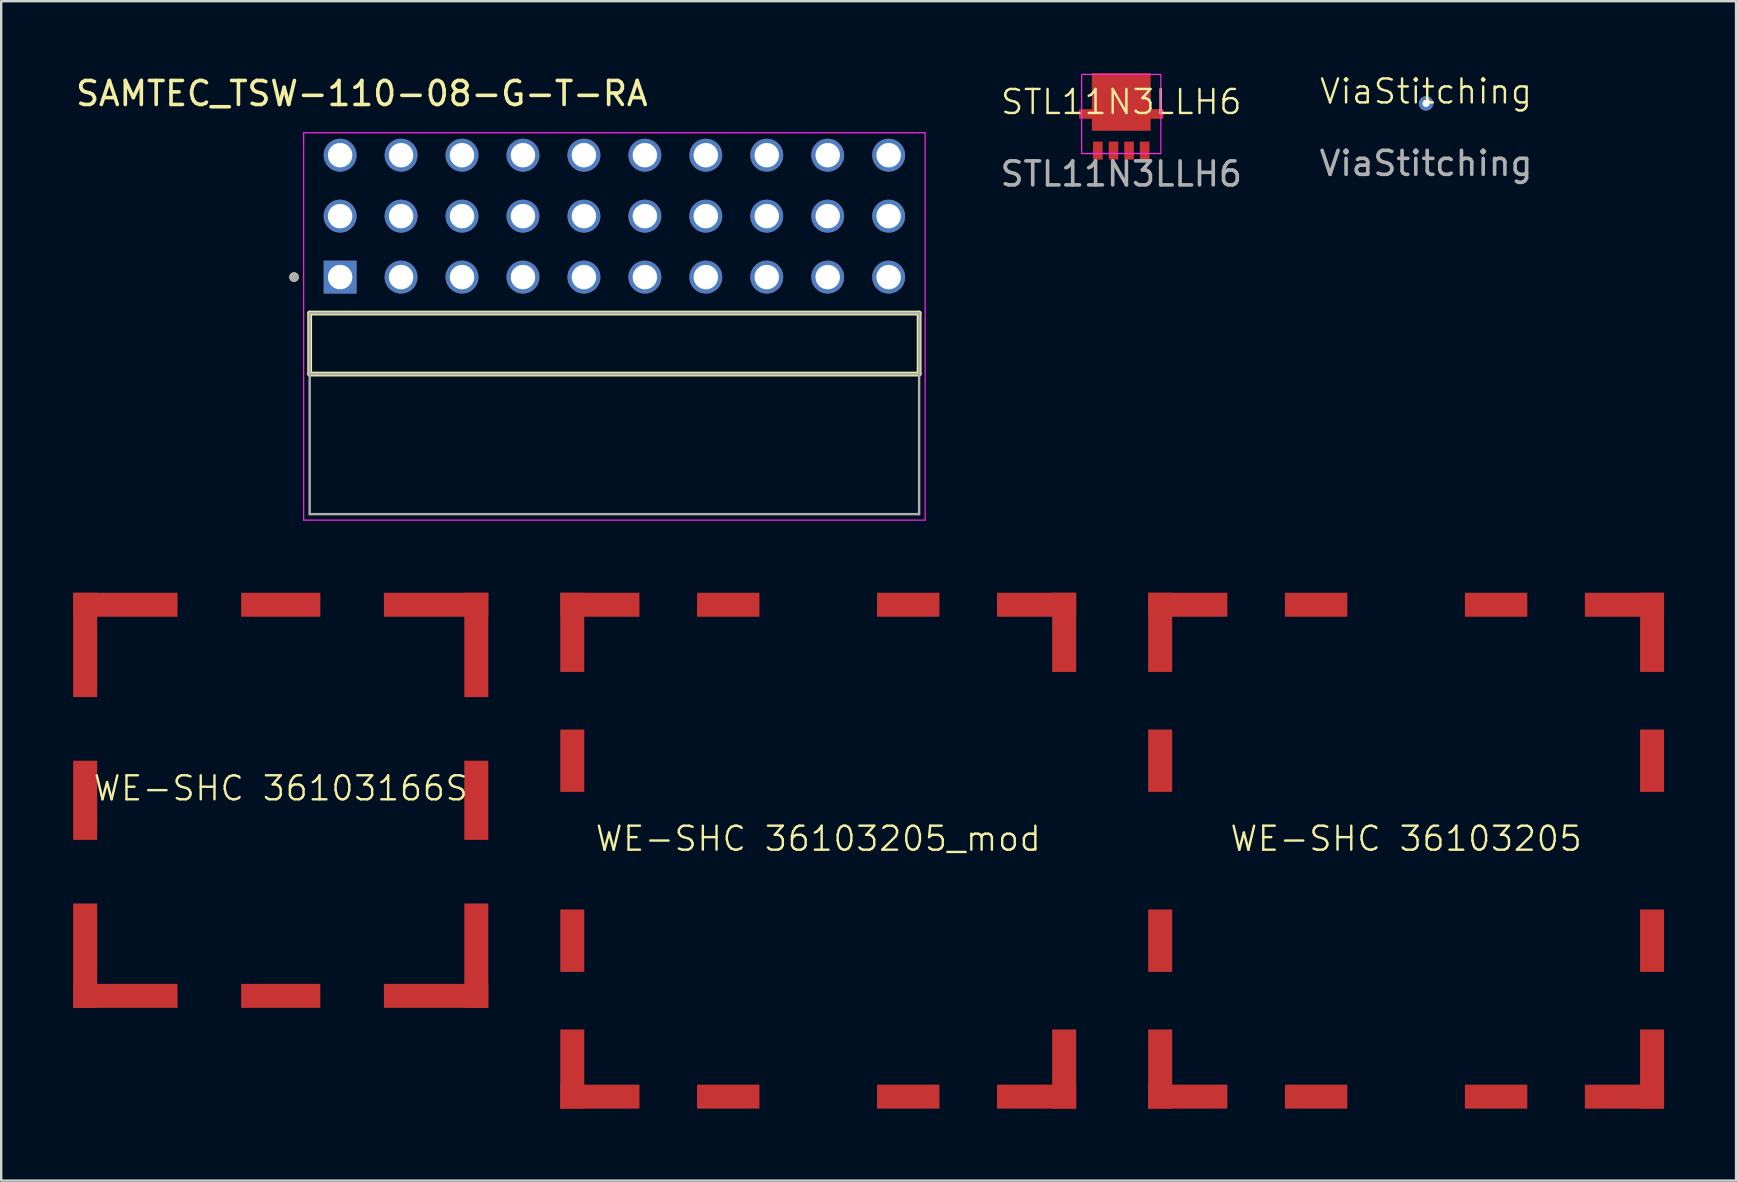
<source format=kicad_pcb>
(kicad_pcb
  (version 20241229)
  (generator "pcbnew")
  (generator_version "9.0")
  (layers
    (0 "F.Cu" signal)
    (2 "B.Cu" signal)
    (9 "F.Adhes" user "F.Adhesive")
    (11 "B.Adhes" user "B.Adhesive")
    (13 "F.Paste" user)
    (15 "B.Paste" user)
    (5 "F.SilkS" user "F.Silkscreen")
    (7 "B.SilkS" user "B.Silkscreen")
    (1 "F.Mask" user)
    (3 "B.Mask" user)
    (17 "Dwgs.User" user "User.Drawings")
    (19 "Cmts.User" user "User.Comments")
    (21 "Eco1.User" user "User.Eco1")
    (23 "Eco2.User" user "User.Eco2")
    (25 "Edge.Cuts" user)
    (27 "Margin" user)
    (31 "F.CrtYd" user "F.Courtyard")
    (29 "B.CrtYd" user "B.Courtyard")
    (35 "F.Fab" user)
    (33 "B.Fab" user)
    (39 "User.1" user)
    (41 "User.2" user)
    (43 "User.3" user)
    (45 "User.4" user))
  (footprint "ViaStitching"
    (layer "F.Cu")
    (at 56.381 1.26)
    (property "Reference" "ViaStitching" (at 0 -0.5 0) (unlocked yes) (layer "F.SilkS") (effects (font (size 1 1) (thickness 0.1))))
    (attr through_hole)
    (fp_text user "${REFERENCE}" (at 0 2.5 0) (unlocked yes) (layer "F.Fab") (effects (font (size 1 1) (thickness 0.15))))
    (pad "1" thru_hole circle (at 0 0) (size 0.6 0.6) (drill 0.3) (layers "*.Cu")))
  (footprint "WE-SHC 36103205_mod"
    (layer "F.Cu")
    (at 31.05 32.403)
    (property "Reference" "WE-SHC 36103205_mod" (at 0 -0.5 0) (unlocked yes) (layer "F.SilkS") (effects (font (size 1 1) (thickness 0.1))))
    (attr smd)
    (pad "1" smd rect (at -10.25 -9.1 90) (size 3.3 1) (layers "F.Cu" "F.Mask" "F.Paste"))
    (pad "1" smd rect (at -10.25 -3.75) (size 1 2.6) (layers "F.Cu" "F.Mask" "F.Paste"))
    (pad "1" smd rect (at -10.25 3.75) (size 1 2.6) (layers "F.Cu" "F.Mask" "F.Paste"))
    (pad "1" smd rect (at -10.25 9.1 90) (size 3.3 1) (layers "F.Cu" "F.Mask" "F.Paste"))
    (pad "1" smd rect (at -9.1 -10.25) (size 3.3 1) (layers "F.Cu" "F.Mask" "F.Paste"))
    (pad "1" smd rect (at -9.1 10.25) (size 3.3 1) (layers "F.Cu" "F.Mask" "F.Paste"))
    (pad "1" smd rect (at -3.75 -10.25) (size 2.6 1) (layers "F.Cu" "F.Mask" "F.Paste"))
    (pad "1" smd rect (at -3.75 10.25) (size 2.6 1) (layers "F.Cu" "F.Mask" "F.Paste"))
    (pad "1" smd rect (at 3.75 -10.25) (size 2.6 1) (layers "F.Cu" "F.Mask" "F.Paste"))
    (pad "1" smd rect (at 3.75 10.25) (size 2.6 1) (layers "F.Cu" "F.Mask" "F.Paste"))
    (pad "1" smd rect (at 9.1 -10.25) (size 3.3 1) (layers "F.Cu" "F.Mask" "F.Paste"))
    (pad "1" smd rect (at 9.1 10.25) (size 3.3 1) (layers "F.Cu" "F.Mask" "F.Paste"))
    (pad "1" smd rect (at 10.25 -9.1 90) (size 3.3 1) (layers "F.Cu" "F.Mask" "F.Paste"))
    (pad "1" smd rect (at 10.25 9.1 90) (size 3.3 1) (layers "F.Cu" "F.Mask" "F.Paste")))
  (footprint "SAMTEC_TSW-110-08-G-T-RA"
    (layer "F.Cu")
    (at 22.555 11.268)
    (property "Reference" "SAMTEC_TSW-110-08-G-T-RA" (at -10.525 -10.42 0) (layer "F.SilkS") (effects (font (size 1 1) (thickness 0.15))))
    (attr through_hole)
    (fp_line (start -12.7 1.27) (end -12.7 -1.27) (stroke (width 0.2) (type solid)) (layer "F.SilkS"))
    (fp_line (start 12.7 -1.27) (end -12.7 -1.27) (stroke (width 0.2) (type solid)) (layer "F.SilkS"))
    (fp_line (start 12.7 -1.27) (end 12.7 1.27) (stroke (width 0.2) (type solid)) (layer "F.SilkS"))
    (fp_line (start 12.7 1.27) (end -12.7 1.27) (stroke (width 0.2) (type solid)) (layer "F.SilkS"))
    (fp_circle (center -13.35 -2.77) (end -13.25 -2.77) (stroke (width 0.2) (type solid)) (fill no) (layer "F.SilkS"))
    (fp_line (start -12.95 -8.785) (end 12.95 -8.785) (stroke (width 0.05) (type solid)) (layer "F.CrtYd"))
    (fp_line (start -12.95 7.36) (end -12.95 -8.785) (stroke (width 0.05) (type solid)) (layer "F.CrtYd"))
    (fp_line (start 12.95 -8.785) (end 12.95 7.36) (stroke (width 0.05) (type solid)) (layer "F.CrtYd"))
    (fp_line (start 12.95 7.36) (end -12.95 7.36) (stroke (width 0.05) (type solid)) (layer "F.CrtYd"))
    (fp_line (start -12.7 -1.27) (end 12.7 -1.27) (stroke (width 0.1) (type solid)) (layer "F.Fab"))
    (fp_line (start -12.7 1.27) (end -12.7 -1.27) (stroke (width 0.1) (type solid)) (layer "F.Fab"))
    (fp_line (start -12.7 1.27) (end -12.7 7.11) (stroke (width 0.1) (type solid)) (layer "F.Fab"))
    (fp_line (start -12.7 7.11) (end 12.7 7.11) (stroke (width 0.1) (type solid)) (layer "F.Fab"))
    (fp_line (start 12.7 -1.27) (end 12.7 1.27) (stroke (width 0.1) (type solid)) (layer "F.Fab"))
    (fp_line (start 12.7 1.27) (end -12.7 1.27) (stroke (width 0.1) (type solid)) (layer "F.Fab"))
    (fp_line (start 12.7 7.11) (end 12.7 1.27) (stroke (width 0.1) (type solid)) (layer "F.Fab"))
    (fp_circle (center -13.35 -2.77) (end -13.25 -2.77) (stroke (width 0.2) (type solid)) (fill no) (layer "F.Fab"))
    (pad "01" thru_hole rect (at -11.43 -2.77) (size 1.37 1.37) (drill 1.02) (layers "*.Cu" "*.Mask"))
    (pad "02" thru_hole circle (at -11.43 -5.31) (size 1.37 1.37) (drill 1.02) (layers "*.Cu" "*.Mask"))
    (pad "03" thru_hole circle (at -11.43 -7.85) (size 1.37 1.37) (drill 1.02) (layers "*.Cu" "*.Mask"))
    (pad "04" thru_hole circle (at -8.89 -2.77) (size 1.37 1.37) (drill 1.02) (layers "*.Cu" "*.Mask"))
    (pad "05" thru_hole circle (at -8.89 -5.31) (size 1.37 1.37) (drill 1.02) (layers "*.Cu" "*.Mask"))
    (pad "06" thru_hole circle (at -8.89 -7.85) (size 1.37 1.37) (drill 1.02) (layers "*.Cu" "*.Mask"))
    (pad "07" thru_hole circle (at -6.35 -2.77) (size 1.37 1.37) (drill 1.02) (layers "*.Cu" "*.Mask"))
    (pad "08" thru_hole circle (at -6.35 -5.31) (size 1.37 1.37) (drill 1.02) (layers "*.Cu" "*.Mask"))
    (pad "09" thru_hole circle (at -6.35 -7.85) (size 1.37 1.37) (drill 1.02) (layers "*.Cu" "*.Mask"))
    (pad "10" thru_hole circle (at -3.81 -2.77) (size 1.37 1.37) (drill 1.02) (layers "*.Cu" "*.Mask"))
    (pad "11" thru_hole circle (at -3.81 -5.31) (size 1.37 1.37) (drill 1.02) (layers "*.Cu" "*.Mask"))
    (pad "12" thru_hole circle (at -3.81 -7.85) (size 1.37 1.37) (drill 1.02) (layers "*.Cu" "*.Mask"))
    (pad "13" thru_hole circle (at -1.27 -2.77) (size 1.37 1.37) (drill 1.02) (layers "*.Cu" "*.Mask"))
    (pad "14" thru_hole circle (at -1.27 -5.31) (size 1.37 1.37) (drill 1.02) (layers "*.Cu" "*.Mask"))
    (pad "15" thru_hole circle (at -1.27 -7.85) (size 1.37 1.37) (drill 1.02) (layers "*.Cu" "*.Mask"))
    (pad "16" thru_hole circle (at 1.27 -2.77) (size 1.37 1.37) (drill 1.02) (layers "*.Cu" "*.Mask"))
    (pad "17" thru_hole circle (at 1.27 -5.31) (size 1.37 1.37) (drill 1.02) (layers "*.Cu" "*.Mask"))
    (pad "18" thru_hole circle (at 1.27 -7.85) (size 1.37 1.37) (drill 1.02) (layers "*.Cu" "*.Mask"))
    (pad "19" thru_hole circle (at 3.81 -2.77) (size 1.37 1.37) (drill 1.02) (layers "*.Cu" "*.Mask"))
    (pad "20" thru_hole circle (at 3.81 -5.31) (size 1.37 1.37) (drill 1.02) (layers "*.Cu" "*.Mask"))
    (pad "21" thru_hole circle (at 3.81 -7.85) (size 1.37 1.37) (drill 1.02) (layers "*.Cu" "*.Mask"))
    (pad "22" thru_hole circle (at 6.35 -2.77) (size 1.37 1.37) (drill 1.02) (layers "*.Cu" "*.Mask"))
    (pad "23" thru_hole circle (at 6.35 -5.31) (size 1.37 1.37) (drill 1.02) (layers "*.Cu" "*.Mask"))
    (pad "24" thru_hole circle (at 6.35 -7.85) (size 1.37 1.37) (drill 1.02) (layers "*.Cu" "*.Mask"))
    (pad "25" thru_hole circle (at 8.89 -2.77) (size 1.37 1.37) (drill 1.02) (layers "*.Cu" "*.Mask"))
    (pad "26" thru_hole circle (at 8.89 -5.31) (size 1.37 1.37) (drill 1.02) (layers "*.Cu" "*.Mask"))
    (pad "27" thru_hole circle (at 8.89 -7.85) (size 1.37 1.37) (drill 1.02) (layers "*.Cu" "*.Mask"))
    (pad "28" thru_hole circle (at 11.43 -2.77) (size 1.37 1.37) (drill 1.02) (layers "*.Cu" "*.Mask"))
    (pad "29" thru_hole circle (at 11.43 -5.31) (size 1.37 1.37) (drill 1.02) (layers "*.Cu" "*.Mask"))
    (pad "30" thru_hole circle (at 11.43 -7.85) (size 1.37 1.37) (drill 1.02) (layers "*.Cu" "*.Mask")))
  (footprint "STL11N3LLH6"
    (layer "F.Cu")
    (at 43.679 1.7)
    (property "Reference" "STL11N3LLH6" (at 0 -0.5 0) (unlocked yes) (layer "F.SilkS") (effects (font (size 1 1) (thickness 0.1))))
    (attr smd)
    (fp_rect (start -1.65 -1.65) (end 1.65 1.65) (stroke (width 0.05) (type default)) (fill no) (layer "F.CrtYd"))
    (fp_text user "${REFERENCE}" (at 0 2.5 0) (unlocked yes) (layer "F.Fab") (effects (font (size 1 1) (thickness 0.15))))
    (pad "1" smd rect (at 0.975 1.525) (size 0.4 0.75) (layers "F.Cu" "F.Mask" "F.Paste"))
    (pad "2" smd rect (at 0 -0.5) (size 2.45 2.4) (layers "F.Cu" "F.Mask" "F.Paste"))
    (pad "2" smd rect (at 0 0) (size 3.51 0.4) (layers "F.Cu" "F.Mask" "F.Paste"))
    (pad "3" smd rect (at -0.975 1.525) (size 0.4 0.75) (layers "F.Cu" "F.Mask" "F.Paste"))
    (pad "3" smd rect (at -0.325 1.525) (size 0.4 0.75) (layers "F.Cu" "F.Mask" "F.Paste"))
    (pad "3" smd rect (at 0.325 1.525) (size 0.4 0.75) (layers "F.Cu" "F.Mask" "F.Paste")))
  (footprint "WE-SHC 36103205"
    (layer "F.Cu")
    (at 55.55 32.403)
    (property "Reference" "WE-SHC 36103205" (at 0 -0.5 0) (unlocked yes) (layer "F.SilkS") (effects (font (size 1 1) (thickness 0.1))))
    (attr smd)
    (pad "1" smd rect (at -10.25 -9.1 90) (size 3.3 1) (layers "F.Cu" "F.Mask" "F.Paste"))
    (pad "1" smd rect (at -10.25 -3.75) (size 1 2.6) (layers "F.Cu" "F.Mask" "F.Paste"))
    (pad "1" smd rect (at -10.25 3.75) (size 1 2.6) (layers "F.Cu" "F.Mask" "F.Paste"))
    (pad "1" smd rect (at -10.25 9.1 90) (size 3.3 1) (layers "F.Cu" "F.Mask" "F.Paste"))
    (pad "1" smd rect (at -9.1 -10.25) (size 3.3 1) (layers "F.Cu" "F.Mask" "F.Paste"))
    (pad "1" smd rect (at -9.1 10.25) (size 3.3 1) (layers "F.Cu" "F.Mask" "F.Paste"))
    (pad "1" smd rect (at -3.75 -10.25) (size 2.6 1) (layers "F.Cu" "F.Mask" "F.Paste"))
    (pad "1" smd rect (at -3.75 10.25) (size 2.6 1) (layers "F.Cu" "F.Mask" "F.Paste"))
    (pad "1" smd rect (at 3.75 -10.25) (size 2.6 1) (layers "F.Cu" "F.Mask" "F.Paste"))
    (pad "1" smd rect (at 3.75 10.25) (size 2.6 1) (layers "F.Cu" "F.Mask" "F.Paste"))
    (pad "1" smd rect (at 9.1 -10.25) (size 3.3 1) (layers "F.Cu" "F.Mask" "F.Paste"))
    (pad "1" smd rect (at 9.1 10.25) (size 3.3 1) (layers "F.Cu" "F.Mask" "F.Paste"))
    (pad "1" smd rect (at 10.25 -9.1 90) (size 3.3 1) (layers "F.Cu" "F.Mask" "F.Paste"))
    (pad "1" smd rect (at 10.25 -3.75) (size 1 2.6) (layers "F.Cu" "F.Mask" "F.Paste"))
    (pad "1" smd rect (at 10.25 3.75) (size 1 2.6) (layers "F.Cu" "F.Mask" "F.Paste"))
    (pad "1" smd rect (at 10.25 9.1 90) (size 3.3 1) (layers "F.Cu" "F.Mask" "F.Paste")))
  (footprint "WE-SHC 36103166S"
    (layer "F.Cu")
    (at 8.65 30.303)
    (property "Reference" "WE-SHC 36103166S" (at 0 -0.5 0) (unlocked yes) (layer "F.SilkS") (effects (font (size 1 1) (thickness 0.1))))
    (attr smd)
    (pad "1" smd rect (at -8.15 -6.475 90) (size 4.35 1) (layers "F.Cu" "F.Mask" "F.Paste"))
    (pad "1" smd rect (at -8.15 0) (size 1 3.3) (layers "F.Cu" "F.Mask" "F.Paste"))
    (pad "1" smd rect (at -8.15 6.475 90) (size 4.35 1) (layers "F.Cu" "F.Mask" "F.Paste"))
    (pad "1" smd rect (at -6.475 -8.15) (size 4.35 1) (layers "F.Cu" "F.Mask" "F.Paste"))
    (pad "1" smd rect (at -6.475 8.15) (size 4.35 1) (layers "F.Cu" "F.Mask" "F.Paste"))
    (pad "1" smd rect (at 0 -8.15) (size 3.3 1) (layers "F.Cu" "F.Mask" "F.Paste"))
    (pad "1" smd rect (at 0 8.15) (size 3.3 1) (layers "F.Cu" "F.Mask" "F.Paste"))
    (pad "1" smd rect (at 6.475 -8.15) (size 4.35 1) (layers "F.Cu" "F.Mask" "F.Paste"))
    (pad "1" smd rect (at 6.475 8.15) (size 4.35 1) (layers "F.Cu" "F.Mask" "F.Paste"))
    (pad "1" smd rect (at 8.15 -6.475 90) (size 4.35 1) (layers "F.Cu" "F.Mask" "F.Paste"))
    (pad "1" smd rect (at 8.15 0) (size 1 3.3) (layers "F.Cu" "F.Mask" "F.Paste"))
    (pad "1" smd rect (at 8.15 6.475 90) (size 4.35 1) (layers "F.Cu" "F.Mask" "F.Paste")))
  (gr_rect
    (start -3 -3)
    (end 69.3 46.153)
    (stroke (width 0.1) (type default))
    (fill no)
    (layer "Edge.Cuts")))
</source>
